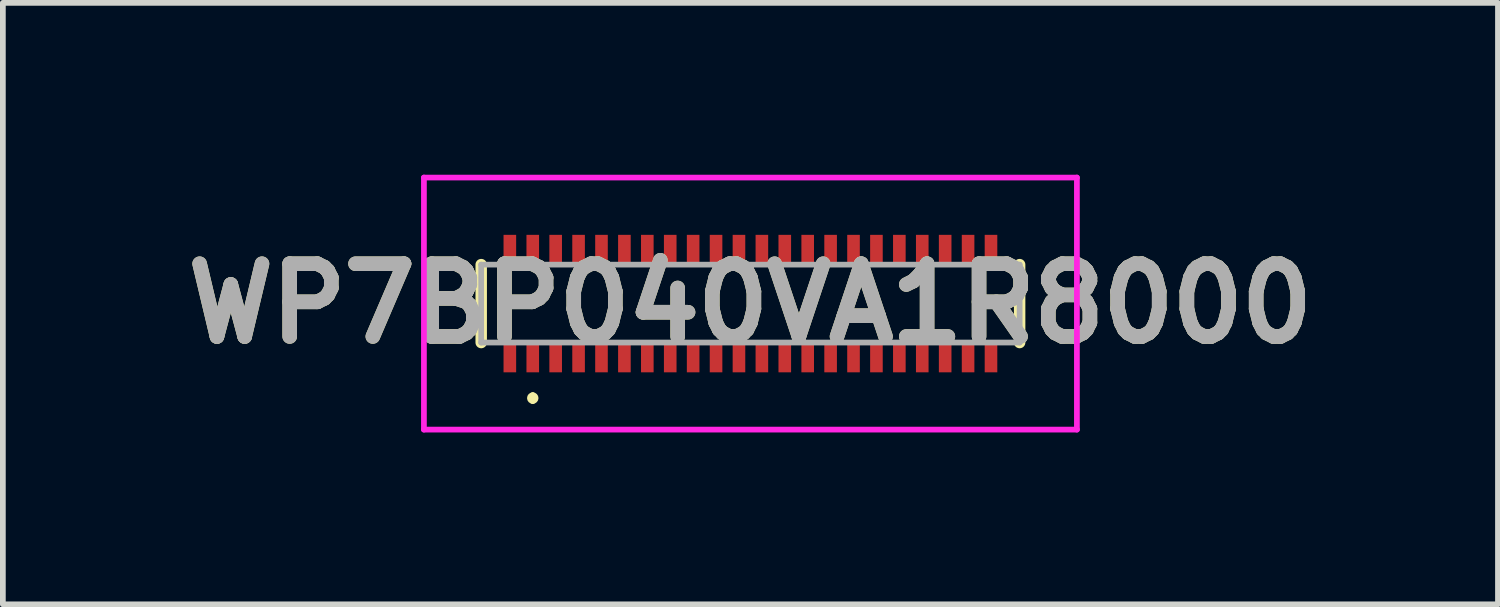
<source format=kicad_pcb>
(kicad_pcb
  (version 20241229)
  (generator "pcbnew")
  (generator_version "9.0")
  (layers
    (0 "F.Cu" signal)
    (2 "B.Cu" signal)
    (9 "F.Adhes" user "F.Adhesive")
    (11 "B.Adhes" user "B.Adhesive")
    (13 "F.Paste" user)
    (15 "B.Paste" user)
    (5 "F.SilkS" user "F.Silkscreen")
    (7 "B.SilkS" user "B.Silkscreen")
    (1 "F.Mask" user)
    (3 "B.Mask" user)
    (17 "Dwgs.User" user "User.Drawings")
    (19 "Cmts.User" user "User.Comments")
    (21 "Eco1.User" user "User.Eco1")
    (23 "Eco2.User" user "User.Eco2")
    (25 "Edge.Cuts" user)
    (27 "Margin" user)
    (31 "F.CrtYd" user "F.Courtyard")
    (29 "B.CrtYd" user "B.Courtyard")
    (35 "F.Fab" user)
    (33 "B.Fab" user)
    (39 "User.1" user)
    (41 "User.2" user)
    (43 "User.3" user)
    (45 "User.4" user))
  (footprint "WP7BP040VA1R8000"
    (layer "F.Cu")
    (at 10.051 2.25)
    (property "Reference" "WP7BP040VA1R8000" (at 0 0 0) (layer "F.SilkS") (effects (font (size 1.27 1.27) (thickness 0.254))))
    (attr smd)
    (fp_line (start -4.7 -0.68) (end -4.7 0.68) (stroke (width 0.2) (type solid)) (layer "F.SilkS"))
    (fp_line (start -3.8 1.6) (end -3.8 1.6) (stroke (width 0.1) (type solid)) (layer "F.SilkS"))
    (fp_line (start -3.8 1.7) (end -3.8 1.7) (stroke (width 0.1) (type solid)) (layer "F.SilkS"))
    (fp_line (start 4.7 -0.68) (end 4.7 0.68) (stroke (width 0.2) (type solid)) (layer "F.SilkS"))
    (fp_arc (start -3.8 1.6) (mid -3.75 1.65) (end -3.8 1.7) (stroke (width 0.1) (type solid)) (layer "F.SilkS"))
    (fp_arc (start -3.8 1.7) (mid -3.85 1.65) (end -3.8 1.6) (stroke (width 0.1) (type solid)) (layer "F.SilkS"))
    (fp_line (start -5.7 -2.2) (end 5.7 -2.2) (stroke (width 0.1) (type solid)) (layer "F.CrtYd"))
    (fp_line (start -5.7 2.2) (end -5.7 -2.2) (stroke (width 0.1) (type solid)) (layer "F.CrtYd"))
    (fp_line (start 5.7 -2.2) (end 5.7 2.2) (stroke (width 0.1) (type solid)) (layer "F.CrtYd"))
    (fp_line (start 5.7 2.2) (end -5.7 2.2) (stroke (width 0.1) (type solid)) (layer "F.CrtYd"))
    (fp_line (start -4.7 -0.68) (end 4.7 -0.68) (stroke (width 0.1) (type solid)) (layer "F.Fab"))
    (fp_line (start -4.7 0.68) (end -4.7 -0.68) (stroke (width 0.1) (type solid)) (layer "F.Fab"))
    (fp_line (start 4.7 -0.68) (end 4.7 0.68) (stroke (width 0.1) (type solid)) (layer "F.Fab"))
    (fp_line (start 4.7 0.68) (end -4.7 0.68) (stroke (width 0.1) (type solid)) (layer "F.Fab"))
    (fp_text user "${REFERENCE}" (at 0 0 0) (layer "F.Fab") (effects (font (size 1.27 1.27) (thickness 0.254))))
    (pad "1" smd rect (at -3.8 0.925) (size 0.22 0.55) (layers "F.Cu" "F.Mask" "F.Paste"))
    (pad "2" smd rect (at -3.8 -0.925) (size 0.22 0.55) (layers "F.Cu" "F.Mask" "F.Paste"))
    (pad "3" smd rect (at -3.4 0.925) (size 0.22 0.55) (layers "F.Cu" "F.Mask" "F.Paste"))
    (pad "4" smd rect (at -3.4 -0.925) (size 0.22 0.55) (layers "F.Cu" "F.Mask" "F.Paste"))
    (pad "5" smd rect (at -3 0.925) (size 0.22 0.55) (layers "F.Cu" "F.Mask" "F.Paste"))
    (pad "6" smd rect (at -3 -0.925) (size 0.22 0.55) (layers "F.Cu" "F.Mask" "F.Paste"))
    (pad "7" smd rect (at -2.6 0.925) (size 0.22 0.55) (layers "F.Cu" "F.Mask" "F.Paste"))
    (pad "8" smd rect (at -2.6 -0.925) (size 0.22 0.55) (layers "F.Cu" "F.Mask" "F.Paste"))
    (pad "9" smd rect (at -2.2 0.925) (size 0.22 0.55) (layers "F.Cu" "F.Mask" "F.Paste"))
    (pad "10" smd rect (at -2.2 -0.925) (size 0.22 0.55) (layers "F.Cu" "F.Mask" "F.Paste"))
    (pad "11" smd rect (at -1.8 0.925) (size 0.22 0.55) (layers "F.Cu" "F.Mask" "F.Paste"))
    (pad "12" smd rect (at -1.8 -0.925) (size 0.22 0.55) (layers "F.Cu" "F.Mask" "F.Paste"))
    (pad "13" smd rect (at -1.4 0.925) (size 0.22 0.55) (layers "F.Cu" "F.Mask" "F.Paste"))
    (pad "14" smd rect (at -1.4 -0.925) (size 0.22 0.55) (layers "F.Cu" "F.Mask" "F.Paste"))
    (pad "15" smd rect (at -1 0.925) (size 0.22 0.55) (layers "F.Cu" "F.Mask" "F.Paste"))
    (pad "16" smd rect (at -1 -0.925) (size 0.22 0.55) (layers "F.Cu" "F.Mask" "F.Paste"))
    (pad "17" smd rect (at -0.6 0.925) (size 0.22 0.55) (layers "F.Cu" "F.Mask" "F.Paste"))
    (pad "18" smd rect (at -0.6 -0.925) (size 0.22 0.55) (layers "F.Cu" "F.Mask" "F.Paste"))
    (pad "19" smd rect (at -0.2 0.925) (size 0.22 0.55) (layers "F.Cu" "F.Mask" "F.Paste"))
    (pad "20" smd rect (at -0.2 -0.925) (size 0.22 0.55) (layers "F.Cu" "F.Mask" "F.Paste"))
    (pad "21" smd rect (at 0.2 0.925) (size 0.22 0.55) (layers "F.Cu" "F.Mask" "F.Paste"))
    (pad "22" smd rect (at 0.2 -0.925) (size 0.22 0.55) (layers "F.Cu" "F.Mask" "F.Paste"))
    (pad "23" smd rect (at 0.6 0.925) (size 0.22 0.55) (layers "F.Cu" "F.Mask" "F.Paste"))
    (pad "24" smd rect (at 0.6 -0.925) (size 0.22 0.55) (layers "F.Cu" "F.Mask" "F.Paste"))
    (pad "25" smd rect (at 1 0.925) (size 0.22 0.55) (layers "F.Cu" "F.Mask" "F.Paste"))
    (pad "26" smd rect (at 1 -0.925) (size 0.22 0.55) (layers "F.Cu" "F.Mask" "F.Paste"))
    (pad "27" smd rect (at 1.4 0.925) (size 0.22 0.55) (layers "F.Cu" "F.Mask" "F.Paste"))
    (pad "28" smd rect (at 1.4 -0.925) (size 0.22 0.55) (layers "F.Cu" "F.Mask" "F.Paste"))
    (pad "29" smd rect (at 1.8 0.925) (size 0.22 0.55) (layers "F.Cu" "F.Mask" "F.Paste"))
    (pad "30" smd rect (at 1.8 -0.925) (size 0.22 0.55) (layers "F.Cu" "F.Mask" "F.Paste"))
    (pad "31" smd rect (at 2.2 0.925) (size 0.22 0.55) (layers "F.Cu" "F.Mask" "F.Paste"))
    (pad "32" smd rect (at 2.2 -0.925) (size 0.22 0.55) (layers "F.Cu" "F.Mask" "F.Paste"))
    (pad "33" smd rect (at 2.6 0.925) (size 0.22 0.55) (layers "F.Cu" "F.Mask" "F.Paste"))
    (pad "34" smd rect (at 2.6 -0.925) (size 0.22 0.55) (layers "F.Cu" "F.Mask" "F.Paste"))
    (pad "35" smd rect (at 3 0.925) (size 0.22 0.55) (layers "F.Cu" "F.Mask" "F.Paste"))
    (pad "36" smd rect (at 3 -0.925) (size 0.22 0.55) (layers "F.Cu" "F.Mask" "F.Paste"))
    (pad "37" smd rect (at 3.4 0.925) (size 0.22 0.55) (layers "F.Cu" "F.Mask" "F.Paste"))
    (pad "38" smd rect (at 3.4 -0.925) (size 0.22 0.55) (layers "F.Cu" "F.Mask" "F.Paste"))
    (pad "39" smd rect (at 3.8 0.925) (size 0.22 0.55) (layers "F.Cu" "F.Mask" "F.Paste"))
    (pad "40" smd rect (at 3.8 -0.925) (size 0.22 0.55) (layers "F.Cu" "F.Mask" "F.Paste"))
    (pad "41" smd rect (at -4.2 0.925) (size 0.22 0.55) (layers "F.Cu" "F.Mask" "F.Paste"))
    (pad "42" smd rect (at -4.2 -0.925) (size 0.22 0.55) (layers "F.Cu" "F.Mask" "F.Paste"))
    (pad "43" smd rect (at 4.2 0.925) (size 0.22 0.55) (layers "F.Cu" "F.Mask" "F.Paste"))
    (pad "44" smd rect (at 4.2 -0.925) (size 0.22 0.55) (layers "F.Cu" "F.Mask" "F.Paste")))
  (gr_rect
    (start -3 -3)
    (end 23.102 7.5)
    (stroke (width 0.1) (type default))
    (fill no)
    (layer "Edge.Cuts")))
</source>
